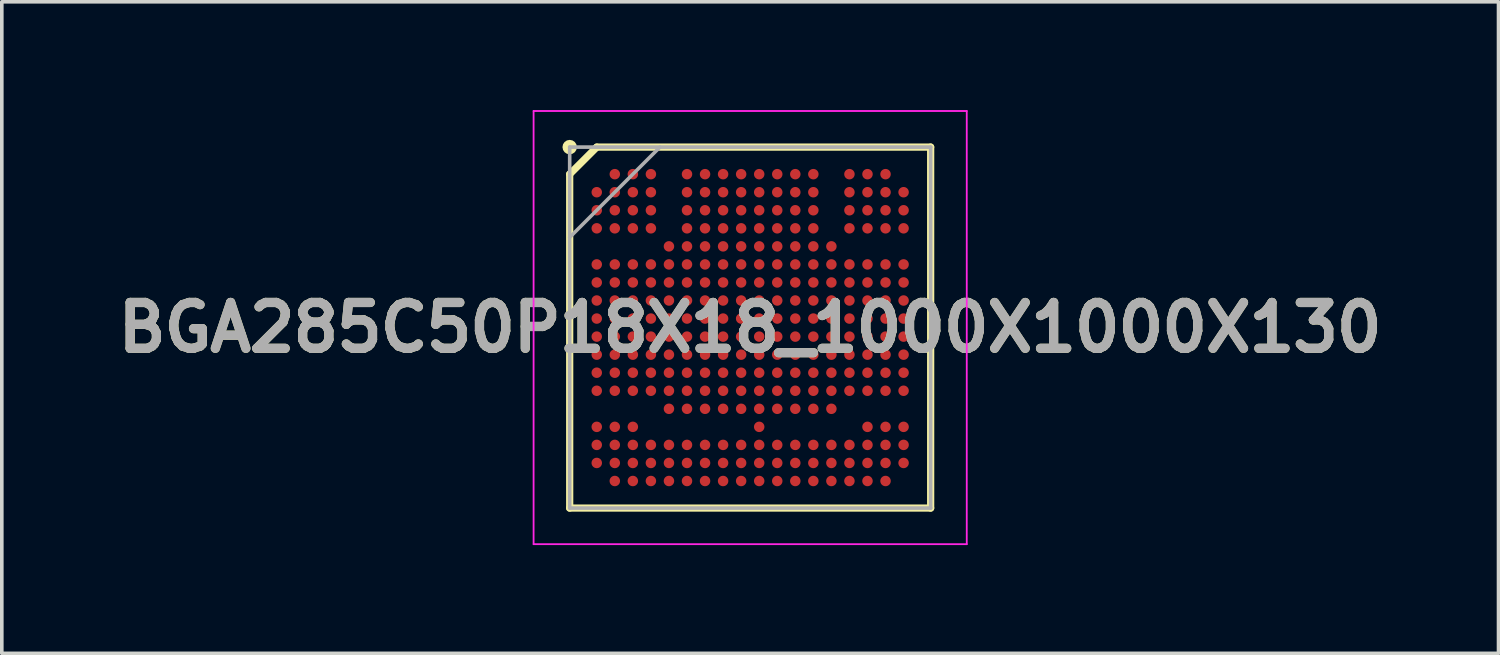
<source format=kicad_pcb>
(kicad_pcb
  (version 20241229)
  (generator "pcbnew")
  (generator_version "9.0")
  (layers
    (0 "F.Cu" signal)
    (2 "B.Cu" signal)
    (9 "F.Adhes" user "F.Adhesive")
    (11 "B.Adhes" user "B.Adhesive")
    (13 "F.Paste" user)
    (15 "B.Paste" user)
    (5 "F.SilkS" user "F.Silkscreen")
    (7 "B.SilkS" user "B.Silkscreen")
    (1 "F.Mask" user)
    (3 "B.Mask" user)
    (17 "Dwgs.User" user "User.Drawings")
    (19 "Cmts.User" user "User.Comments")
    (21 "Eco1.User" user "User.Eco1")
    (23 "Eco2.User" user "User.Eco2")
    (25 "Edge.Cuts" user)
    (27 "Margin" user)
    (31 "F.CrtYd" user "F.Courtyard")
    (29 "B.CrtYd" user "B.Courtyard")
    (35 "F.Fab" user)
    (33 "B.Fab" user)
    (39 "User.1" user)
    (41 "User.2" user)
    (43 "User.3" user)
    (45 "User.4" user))
  (footprint "BGA285C50P18X18_1000X1000X130"
    (layer "F.Cu")
    (at 17.732 6.025)
    (property "Reference" "BGA285C50P18X18_1000X1000X130" (at 0 0 0) (layer "F.SilkS") (effects (font (size 1.27 1.27) (thickness 0.254))))
    (attr smd)
    (fp_line (start -5 -4.25) (end -4.25 -5) (stroke (width 0.2) (type solid)) (layer "F.SilkS"))
    (fp_line (start -5 5) (end -5 -4.25) (stroke (width 0.2) (type solid)) (layer "F.SilkS"))
    (fp_line (start -4.25 -5) (end 5 -5) (stroke (width 0.2) (type solid)) (layer "F.SilkS"))
    (fp_line (start 5 -5) (end 5 5) (stroke (width 0.2) (type solid)) (layer "F.SilkS"))
    (fp_line (start 5 5) (end -5 5) (stroke (width 0.2) (type solid)) (layer "F.SilkS"))
    (fp_circle (center -5 -5) (end -5 -4.9) (stroke (width 0.2) (type solid)) (fill no) (layer "F.SilkS"))
    (fp_line (start -6 -6) (end 6 -6) (stroke (width 0.05) (type solid)) (layer "F.CrtYd"))
    (fp_line (start -6 6) (end -6 -6) (stroke (width 0.05) (type solid)) (layer "F.CrtYd"))
    (fp_line (start 6 -6) (end 6 6) (stroke (width 0.05) (type solid)) (layer "F.CrtYd"))
    (fp_line (start 6 6) (end -6 6) (stroke (width 0.05) (type solid)) (layer "F.CrtYd"))
    (fp_line (start -5 -5) (end 5 -5) (stroke (width 0.1) (type solid)) (layer "F.Fab"))
    (fp_line (start -5 -2.5) (end -2.5 -5) (stroke (width 0.1) (type solid)) (layer "F.Fab"))
    (fp_line (start -5 5) (end -5 -5) (stroke (width 0.1) (type solid)) (layer "F.Fab"))
    (fp_line (start 5 -5) (end 5 5) (stroke (width 0.1) (type solid)) (layer "F.Fab"))
    (fp_line (start 5 5) (end -5 5) (stroke (width 0.1) (type solid)) (layer "F.Fab"))
    (fp_text user "${REFERENCE}" (at 0 0 0) (layer "F.Fab") (effects (font (size 1.27 1.27) (thickness 0.254))))
    (pad "A2" smd circle (at -3.75 -4.25 90) (size 0.29 0.29) (layers "F.Cu" "F.Mask" "F.Paste"))
    (pad "A3" smd circle (at -3.25 -4.25 90) (size 0.29 0.29) (layers "F.Cu" "F.Mask" "F.Paste"))
    (pad "A4" smd circle (at -2.75 -4.25 90) (size 0.29 0.29) (layers "F.Cu" "F.Mask" "F.Paste"))
    (pad "A6" smd circle (at -1.75 -4.25 90) (size 0.29 0.29) (layers "F.Cu" "F.Mask" "F.Paste"))
    (pad "A7" smd circle (at -1.25 -4.25 90) (size 0.29 0.29) (layers "F.Cu" "F.Mask" "F.Paste"))
    (pad "A8" smd circle (at -0.75 -4.25 90) (size 0.29 0.29) (layers "F.Cu" "F.Mask" "F.Paste"))
    (pad "A9" smd circle (at -0.25 -4.25 90) (size 0.29 0.29) (layers "F.Cu" "F.Mask" "F.Paste"))
    (pad "A10" smd circle (at 0.25 -4.25 90) (size 0.29 0.29) (layers "F.Cu" "F.Mask" "F.Paste"))
    (pad "A11" smd circle (at 0.75 -4.25 90) (size 0.29 0.29) (layers "F.Cu" "F.Mask" "F.Paste"))
    (pad "A12" smd circle (at 1.25 -4.25 90) (size 0.29 0.29) (layers "F.Cu" "F.Mask" "F.Paste"))
    (pad "A13" smd circle (at 1.75 -4.25 90) (size 0.29 0.29) (layers "F.Cu" "F.Mask" "F.Paste"))
    (pad "A15" smd circle (at 2.75 -4.25 90) (size 0.29 0.29) (layers "F.Cu" "F.Mask" "F.Paste"))
    (pad "A16" smd circle (at 3.25 -4.25 90) (size 0.29 0.29) (layers "F.Cu" "F.Mask" "F.Paste"))
    (pad "A17" smd circle (at 3.75 -4.25 90) (size 0.29 0.29) (layers "F.Cu" "F.Mask" "F.Paste"))
    (pad "B1" smd circle (at -4.25 -3.75 90) (size 0.29 0.29) (layers "F.Cu" "F.Mask" "F.Paste"))
    (pad "B2" smd circle (at -3.75 -3.75 90) (size 0.29 0.29) (layers "F.Cu" "F.Mask" "F.Paste"))
    (pad "B3" smd circle (at -3.25 -3.75 90) (size 0.29 0.29) (layers "F.Cu" "F.Mask" "F.Paste"))
    (pad "B4" smd circle (at -2.75 -3.75 90) (size 0.29 0.29) (layers "F.Cu" "F.Mask" "F.Paste"))
    (pad "B6" smd circle (at -1.75 -3.75 90) (size 0.29 0.29) (layers "F.Cu" "F.Mask" "F.Paste"))
    (pad "B7" smd circle (at -1.25 -3.75 90) (size 0.29 0.29) (layers "F.Cu" "F.Mask" "F.Paste"))
    (pad "B8" smd circle (at -0.75 -3.75 90) (size 0.29 0.29) (layers "F.Cu" "F.Mask" "F.Paste"))
    (pad "B9" smd circle (at -0.25 -3.75 90) (size 0.29 0.29) (layers "F.Cu" "F.Mask" "F.Paste"))
    (pad "B10" smd circle (at 0.25 -3.75 90) (size 0.29 0.29) (layers "F.Cu" "F.Mask" "F.Paste"))
    (pad "B11" smd circle (at 0.75 -3.75 90) (size 0.29 0.29) (layers "F.Cu" "F.Mask" "F.Paste"))
    (pad "B12" smd circle (at 1.25 -3.75 90) (size 0.29 0.29) (layers "F.Cu" "F.Mask" "F.Paste"))
    (pad "B13" smd circle (at 1.75 -3.75 90) (size 0.29 0.29) (layers "F.Cu" "F.Mask" "F.Paste"))
    (pad "B15" smd circle (at 2.75 -3.75 90) (size 0.29 0.29) (layers "F.Cu" "F.Mask" "F.Paste"))
    (pad "B16" smd circle (at 3.25 -3.75 90) (size 0.29 0.29) (layers "F.Cu" "F.Mask" "F.Paste"))
    (pad "B17" smd circle (at 3.75 -3.75 90) (size 0.29 0.29) (layers "F.Cu" "F.Mask" "F.Paste"))
    (pad "B18" smd circle (at 4.25 -3.75 90) (size 0.29 0.29) (layers "F.Cu" "F.Mask" "F.Paste"))
    (pad "C1" smd circle (at -4.25 -3.25 90) (size 0.29 0.29) (layers "F.Cu" "F.Mask" "F.Paste"))
    (pad "C2" smd circle (at -3.75 -3.25 90) (size 0.29 0.29) (layers "F.Cu" "F.Mask" "F.Paste"))
    (pad "C3" smd circle (at -3.25 -3.25 90) (size 0.29 0.29) (layers "F.Cu" "F.Mask" "F.Paste"))
    (pad "C4" smd circle (at -2.75 -3.25 90) (size 0.29 0.29) (layers "F.Cu" "F.Mask" "F.Paste"))
    (pad "C6" smd circle (at -1.75 -3.25 90) (size 0.29 0.29) (layers "F.Cu" "F.Mask" "F.Paste"))
    (pad "C7" smd circle (at -1.25 -3.25 90) (size 0.29 0.29) (layers "F.Cu" "F.Mask" "F.Paste"))
    (pad "C8" smd circle (at -0.75 -3.25 90) (size 0.29 0.29) (layers "F.Cu" "F.Mask" "F.Paste"))
    (pad "C9" smd circle (at -0.25 -3.25 90) (size 0.29 0.29) (layers "F.Cu" "F.Mask" "F.Paste"))
    (pad "C10" smd circle (at 0.25 -3.25 90) (size 0.29 0.29) (layers "F.Cu" "F.Mask" "F.Paste"))
    (pad "C11" smd circle (at 0.75 -3.25 90) (size 0.29 0.29) (layers "F.Cu" "F.Mask" "F.Paste"))
    (pad "C12" smd circle (at 1.25 -3.25 90) (size 0.29 0.29) (layers "F.Cu" "F.Mask" "F.Paste"))
    (pad "C13" smd circle (at 1.75 -3.25 90) (size 0.29 0.29) (layers "F.Cu" "F.Mask" "F.Paste"))
    (pad "C15" smd circle (at 2.75 -3.25 90) (size 0.29 0.29) (layers "F.Cu" "F.Mask" "F.Paste"))
    (pad "C16" smd circle (at 3.25 -3.25 90) (size 0.29 0.29) (layers "F.Cu" "F.Mask" "F.Paste"))
    (pad "C17" smd circle (at 3.75 -3.25 90) (size 0.29 0.29) (layers "F.Cu" "F.Mask" "F.Paste"))
    (pad "C18" smd circle (at 4.25 -3.25 90) (size 0.29 0.29) (layers "F.Cu" "F.Mask" "F.Paste"))
    (pad "D1" smd circle (at -4.25 -2.75 90) (size 0.29 0.29) (layers "F.Cu" "F.Mask" "F.Paste"))
    (pad "D2" smd circle (at -3.75 -2.75 90) (size 0.29 0.29) (layers "F.Cu" "F.Mask" "F.Paste"))
    (pad "D3" smd circle (at -3.25 -2.75 90) (size 0.29 0.29) (layers "F.Cu" "F.Mask" "F.Paste"))
    (pad "D4" smd circle (at -2.75 -2.75 90) (size 0.29 0.29) (layers "F.Cu" "F.Mask" "F.Paste"))
    (pad "D6" smd circle (at -1.75 -2.75 90) (size 0.29 0.29) (layers "F.Cu" "F.Mask" "F.Paste"))
    (pad "D7" smd circle (at -1.25 -2.75 90) (size 0.29 0.29) (layers "F.Cu" "F.Mask" "F.Paste"))
    (pad "D8" smd circle (at -0.75 -2.75 90) (size 0.29 0.29) (layers "F.Cu" "F.Mask" "F.Paste"))
    (pad "D9" smd circle (at -0.25 -2.75 90) (size 0.29 0.29) (layers "F.Cu" "F.Mask" "F.Paste"))
    (pad "D10" smd circle (at 0.25 -2.75 90) (size 0.29 0.29) (layers "F.Cu" "F.Mask" "F.Paste"))
    (pad "D11" smd circle (at 0.75 -2.75 90) (size 0.29 0.29) (layers "F.Cu" "F.Mask" "F.Paste"))
    (pad "D12" smd circle (at 1.25 -2.75 90) (size 0.29 0.29) (layers "F.Cu" "F.Mask" "F.Paste"))
    (pad "D13" smd circle (at 1.75 -2.75 90) (size 0.29 0.29) (layers "F.Cu" "F.Mask" "F.Paste"))
    (pad "D15" smd circle (at 2.75 -2.75 90) (size 0.29 0.29) (layers "F.Cu" "F.Mask" "F.Paste"))
    (pad "D16" smd circle (at 3.25 -2.75 90) (size 0.29 0.29) (layers "F.Cu" "F.Mask" "F.Paste"))
    (pad "D17" smd circle (at 3.75 -2.75 90) (size 0.29 0.29) (layers "F.Cu" "F.Mask" "F.Paste"))
    (pad "D18" smd circle (at 4.25 -2.75 90) (size 0.29 0.29) (layers "F.Cu" "F.Mask" "F.Paste"))
    (pad "E5" smd circle (at -2.25 -2.25 90) (size 0.29 0.29) (layers "F.Cu" "F.Mask" "F.Paste"))
    (pad "E6" smd circle (at -1.75 -2.25 90) (size 0.29 0.29) (layers "F.Cu" "F.Mask" "F.Paste"))
    (pad "E7" smd circle (at -1.25 -2.25 90) (size 0.29 0.29) (layers "F.Cu" "F.Mask" "F.Paste"))
    (pad "E8" smd circle (at -0.75 -2.25 90) (size 0.29 0.29) (layers "F.Cu" "F.Mask" "F.Paste"))
    (pad "E9" smd circle (at -0.25 -2.25 90) (size 0.29 0.29) (layers "F.Cu" "F.Mask" "F.Paste"))
    (pad "E10" smd circle (at 0.25 -2.25 90) (size 0.29 0.29) (layers "F.Cu" "F.Mask" "F.Paste"))
    (pad "E11" smd circle (at 0.75 -2.25 90) (size 0.29 0.29) (layers "F.Cu" "F.Mask" "F.Paste"))
    (pad "E12" smd circle (at 1.25 -2.25 90) (size 0.29 0.29) (layers "F.Cu" "F.Mask" "F.Paste"))
    (pad "E13" smd circle (at 1.75 -2.25 90) (size 0.29 0.29) (layers "F.Cu" "F.Mask" "F.Paste"))
    (pad "E14" smd circle (at 2.25 -2.25 90) (size 0.29 0.29) (layers "F.Cu" "F.Mask" "F.Paste"))
    (pad "F1" smd circle (at -4.25 -1.75 90) (size 0.29 0.29) (layers "F.Cu" "F.Mask" "F.Paste"))
    (pad "F2" smd circle (at -3.75 -1.75 90) (size 0.29 0.29) (layers "F.Cu" "F.Mask" "F.Paste"))
    (pad "F3" smd circle (at -3.25 -1.75 90) (size 0.29 0.29) (layers "F.Cu" "F.Mask" "F.Paste"))
    (pad "F4" smd circle (at -2.75 -1.75 90) (size 0.29 0.29) (layers "F.Cu" "F.Mask" "F.Paste"))
    (pad "F5" smd circle (at -2.25 -1.75 90) (size 0.29 0.29) (layers "F.Cu" "F.Mask" "F.Paste"))
    (pad "F6" smd circle (at -1.75 -1.75 90) (size 0.29 0.29) (layers "F.Cu" "F.Mask" "F.Paste"))
    (pad "F7" smd circle (at -1.25 -1.75 90) (size 0.29 0.29) (layers "F.Cu" "F.Mask" "F.Paste"))
    (pad "F8" smd circle (at -0.75 -1.75 90) (size 0.29 0.29) (layers "F.Cu" "F.Mask" "F.Paste"))
    (pad "F9" smd circle (at -0.25 -1.75 90) (size 0.29 0.29) (layers "F.Cu" "F.Mask" "F.Paste"))
    (pad "F10" smd circle (at 0.25 -1.75 90) (size 0.29 0.29) (layers "F.Cu" "F.Mask" "F.Paste"))
    (pad "F11" smd circle (at 0.75 -1.75 90) (size 0.29 0.29) (layers "F.Cu" "F.Mask" "F.Paste"))
    (pad "F12" smd circle (at 1.25 -1.75 90) (size 0.29 0.29) (layers "F.Cu" "F.Mask" "F.Paste"))
    (pad "F13" smd circle (at 1.75 -1.75 90) (size 0.29 0.29) (layers "F.Cu" "F.Mask" "F.Paste"))
    (pad "F14" smd circle (at 2.25 -1.75 90) (size 0.29 0.29) (layers "F.Cu" "F.Mask" "F.Paste"))
    (pad "F15" smd circle (at 2.75 -1.75 90) (size 0.29 0.29) (layers "F.Cu" "F.Mask" "F.Paste"))
    (pad "F16" smd circle (at 3.25 -1.75 90) (size 0.29 0.29) (layers "F.Cu" "F.Mask" "F.Paste"))
    (pad "F17" smd circle (at 3.75 -1.75 90) (size 0.29 0.29) (layers "F.Cu" "F.Mask" "F.Paste"))
    (pad "F18" smd circle (at 4.25 -1.75 90) (size 0.29 0.29) (layers "F.Cu" "F.Mask" "F.Paste"))
    (pad "G1" smd circle (at -4.25 -1.25 90) (size 0.29 0.29) (layers "F.Cu" "F.Mask" "F.Paste"))
    (pad "G2" smd circle (at -3.75 -1.25 90) (size 0.29 0.29) (layers "F.Cu" "F.Mask" "F.Paste"))
    (pad "G3" smd circle (at -3.25 -1.25 90) (size 0.29 0.29) (layers "F.Cu" "F.Mask" "F.Paste"))
    (pad "G4" smd circle (at -2.75 -1.25 90) (size 0.29 0.29) (layers "F.Cu" "F.Mask" "F.Paste"))
    (pad "G5" smd circle (at -2.25 -1.25 90) (size 0.29 0.29) (layers "F.Cu" "F.Mask" "F.Paste"))
    (pad "G6" smd circle (at -1.75 -1.25 90) (size 0.29 0.29) (layers "F.Cu" "F.Mask" "F.Paste"))
    (pad "G7" smd circle (at -1.25 -1.25 90) (size 0.29 0.29) (layers "F.Cu" "F.Mask" "F.Paste"))
    (pad "G8" smd circle (at -0.75 -1.25 90) (size 0.29 0.29) (layers "F.Cu" "F.Mask" "F.Paste"))
    (pad "G9" smd circle (at -0.25 -1.25 90) (size 0.29 0.29) (layers "F.Cu" "F.Mask" "F.Paste"))
    (pad "G10" smd circle (at 0.25 -1.25 90) (size 0.29 0.29) (layers "F.Cu" "F.Mask" "F.Paste"))
    (pad "G11" smd circle (at 0.75 -1.25 90) (size 0.29 0.29) (layers "F.Cu" "F.Mask" "F.Paste"))
    (pad "G12" smd circle (at 1.25 -1.25 90) (size 0.29 0.29) (layers "F.Cu" "F.Mask" "F.Paste"))
    (pad "G13" smd circle (at 1.75 -1.25 90) (size 0.29 0.29) (layers "F.Cu" "F.Mask" "F.Paste"))
    (pad "G14" smd circle (at 2.25 -1.25 90) (size 0.29 0.29) (layers "F.Cu" "F.Mask" "F.Paste"))
    (pad "G15" smd circle (at 2.75 -1.25 90) (size 0.29 0.29) (layers "F.Cu" "F.Mask" "F.Paste"))
    (pad "G16" smd circle (at 3.25 -1.25 90) (size 0.29 0.29) (layers "F.Cu" "F.Mask" "F.Paste"))
    (pad "G17" smd circle (at 3.75 -1.25 90) (size 0.29 0.29) (layers "F.Cu" "F.Mask" "F.Paste"))
    (pad "G18" smd circle (at 4.25 -1.25 90) (size 0.29 0.29) (layers "F.Cu" "F.Mask" "F.Paste"))
    (pad "H1" smd circle (at -4.25 -0.75 90) (size 0.29 0.29) (layers "F.Cu" "F.Mask" "F.Paste"))
    (pad "H2" smd circle (at -3.75 -0.75 90) (size 0.29 0.29) (layers "F.Cu" "F.Mask" "F.Paste"))
    (pad "H3" smd circle (at -3.25 -0.75 90) (size 0.29 0.29) (layers "F.Cu" "F.Mask" "F.Paste"))
    (pad "H4" smd circle (at -2.75 -0.75 90) (size 0.29 0.29) (layers "F.Cu" "F.Mask" "F.Paste"))
    (pad "H5" smd circle (at -2.25 -0.75 90) (size 0.29 0.29) (layers "F.Cu" "F.Mask" "F.Paste"))
    (pad "H6" smd circle (at -1.75 -0.75 90) (size 0.29 0.29) (layers "F.Cu" "F.Mask" "F.Paste"))
    (pad "H7" smd circle (at -1.25 -0.75 90) (size 0.29 0.29) (layers "F.Cu" "F.Mask" "F.Paste"))
    (pad "H8" smd circle (at -0.75 -0.75 90) (size 0.29 0.29) (layers "F.Cu" "F.Mask" "F.Paste"))
    (pad "H9" smd circle (at -0.25 -0.75 90) (size 0.29 0.29) (layers "F.Cu" "F.Mask" "F.Paste"))
    (pad "H10" smd circle (at 0.25 -0.75 90) (size 0.29 0.29) (layers "F.Cu" "F.Mask" "F.Paste"))
    (pad "H11" smd circle (at 0.75 -0.75 90) (size 0.29 0.29) (layers "F.Cu" "F.Mask" "F.Paste"))
    (pad "H12" smd circle (at 1.25 -0.75 90) (size 0.29 0.29) (layers "F.Cu" "F.Mask" "F.Paste"))
    (pad "H13" smd circle (at 1.75 -0.75 90) (size 0.29 0.29) (layers "F.Cu" "F.Mask" "F.Paste"))
    (pad "H14" smd circle (at 2.25 -0.75 90) (size 0.29 0.29) (layers "F.Cu" "F.Mask" "F.Paste"))
    (pad "H15" smd circle (at 2.75 -0.75 90) (size 0.29 0.29) (layers "F.Cu" "F.Mask" "F.Paste"))
    (pad "H16" smd circle (at 3.25 -0.75 90) (size 0.29 0.29) (layers "F.Cu" "F.Mask" "F.Paste"))
    (pad "H17" smd circle (at 3.75 -0.75 90) (size 0.29 0.29) (layers "F.Cu" "F.Mask" "F.Paste"))
    (pad "H18" smd circle (at 4.25 -0.75 90) (size 0.29 0.29) (layers "F.Cu" "F.Mask" "F.Paste"))
    (pad "J1" smd circle (at -4.25 -0.25 90) (size 0.29 0.29) (layers "F.Cu" "F.Mask" "F.Paste"))
    (pad "J2" smd circle (at -3.75 -0.25 90) (size 0.29 0.29) (layers "F.Cu" "F.Mask" "F.Paste"))
    (pad "J3" smd circle (at -3.25 -0.25 90) (size 0.29 0.29) (layers "F.Cu" "F.Mask" "F.Paste"))
    (pad "J4" smd circle (at -2.75 -0.25 90) (size 0.29 0.29) (layers "F.Cu" "F.Mask" "F.Paste"))
    (pad "J5" smd circle (at -2.25 -0.25 90) (size 0.29 0.29) (layers "F.Cu" "F.Mask" "F.Paste"))
    (pad "J6" smd circle (at -1.75 -0.25 90) (size 0.29 0.29) (layers "F.Cu" "F.Mask" "F.Paste"))
    (pad "J7" smd circle (at -1.25 -0.25 90) (size 0.29 0.29) (layers "F.Cu" "F.Mask" "F.Paste"))
    (pad "J8" smd circle (at -0.75 -0.25 90) (size 0.29 0.29) (layers "F.Cu" "F.Mask" "F.Paste"))
    (pad "J9" smd circle (at -0.25 -0.25 90) (size 0.29 0.29) (layers "F.Cu" "F.Mask" "F.Paste"))
    (pad "J10" smd circle (at 0.25 -0.25 90) (size 0.29 0.29) (layers "F.Cu" "F.Mask" "F.Paste"))
    (pad "J11" smd circle (at 0.75 -0.25 90) (size 0.29 0.29) (layers "F.Cu" "F.Mask" "F.Paste"))
    (pad "J12" smd circle (at 1.25 -0.25 90) (size 0.29 0.29) (layers "F.Cu" "F.Mask" "F.Paste"))
    (pad "J13" smd circle (at 1.75 -0.25 90) (size 0.29 0.29) (layers "F.Cu" "F.Mask" "F.Paste"))
    (pad "J14" smd circle (at 2.25 -0.25 90) (size 0.29 0.29) (layers "F.Cu" "F.Mask" "F.Paste"))
    (pad "J15" smd circle (at 2.75 -0.25 90) (size 0.29 0.29) (layers "F.Cu" "F.Mask" "F.Paste"))
    (pad "J16" smd circle (at 3.25 -0.25 90) (size 0.29 0.29) (layers "F.Cu" "F.Mask" "F.Paste"))
    (pad "J17" smd circle (at 3.75 -0.25 90) (size 0.29 0.29) (layers "F.Cu" "F.Mask" "F.Paste"))
    (pad "J18" smd circle (at 4.25 -0.25 90) (size 0.29 0.29) (layers "F.Cu" "F.Mask" "F.Paste"))
    (pad "K1" smd circle (at -4.25 0.25 90) (size 0.29 0.29) (layers "F.Cu" "F.Mask" "F.Paste"))
    (pad "K2" smd circle (at -3.75 0.25 90) (size 0.29 0.29) (layers "F.Cu" "F.Mask" "F.Paste"))
    (pad "K3" smd circle (at -3.25 0.25 90) (size 0.29 0.29) (layers "F.Cu" "F.Mask" "F.Paste"))
    (pad "K4" smd circle (at -2.75 0.25 90) (size 0.29 0.29) (layers "F.Cu" "F.Mask" "F.Paste"))
    (pad "K5" smd circle (at -2.25 0.25 90) (size 0.29 0.29) (layers "F.Cu" "F.Mask" "F.Paste"))
    (pad "K6" smd circle (at -1.75 0.25 90) (size 0.29 0.29) (layers "F.Cu" "F.Mask" "F.Paste"))
    (pad "K7" smd circle (at -1.25 0.25 90) (size 0.29 0.29) (layers "F.Cu" "F.Mask" "F.Paste"))
    (pad "K8" smd circle (at -0.75 0.25 90) (size 0.29 0.29) (layers "F.Cu" "F.Mask" "F.Paste"))
    (pad "K9" smd circle (at -0.25 0.25 90) (size 0.29 0.29) (layers "F.Cu" "F.Mask" "F.Paste"))
    (pad "K10" smd circle (at 0.25 0.25 90) (size 0.29 0.29) (layers "F.Cu" "F.Mask" "F.Paste"))
    (pad "K11" smd circle (at 0.75 0.25 90) (size 0.29 0.29) (layers "F.Cu" "F.Mask" "F.Paste"))
    (pad "K12" smd circle (at 1.25 0.25 90) (size 0.29 0.29) (layers "F.Cu" "F.Mask" "F.Paste"))
    (pad "K13" smd circle (at 1.75 0.25 90) (size 0.29 0.29) (layers "F.Cu" "F.Mask" "F.Paste"))
    (pad "K14" smd circle (at 2.25 0.25 90) (size 0.29 0.29) (layers "F.Cu" "F.Mask" "F.Paste"))
    (pad "K15" smd circle (at 2.75 0.25 90) (size 0.29 0.29) (layers "F.Cu" "F.Mask" "F.Paste"))
    (pad "K16" smd circle (at 3.25 0.25 90) (size 0.29 0.29) (layers "F.Cu" "F.Mask" "F.Paste"))
    (pad "K17" smd circle (at 3.75 0.25 90) (size 0.29 0.29) (layers "F.Cu" "F.Mask" "F.Paste"))
    (pad "K18" smd circle (at 4.25 0.25 90) (size 0.29 0.29) (layers "F.Cu" "F.Mask" "F.Paste"))
    (pad "L1" smd circle (at -4.25 0.75 90) (size 0.29 0.29) (layers "F.Cu" "F.Mask" "F.Paste"))
    (pad "L2" smd circle (at -3.75 0.75 90) (size 0.29 0.29) (layers "F.Cu" "F.Mask" "F.Paste"))
    (pad "L3" smd circle (at -3.25 0.75 90) (size 0.29 0.29) (layers "F.Cu" "F.Mask" "F.Paste"))
    (pad "L4" smd circle (at -2.75 0.75 90) (size 0.29 0.29) (layers "F.Cu" "F.Mask" "F.Paste"))
    (pad "L5" smd circle (at -2.25 0.75 90) (size 0.29 0.29) (layers "F.Cu" "F.Mask" "F.Paste"))
    (pad "L6" smd circle (at -1.75 0.75 90) (size 0.29 0.29) (layers "F.Cu" "F.Mask" "F.Paste"))
    (pad "L7" smd circle (at -1.25 0.75 90) (size 0.29 0.29) (layers "F.Cu" "F.Mask" "F.Paste"))
    (pad "L8" smd circle (at -0.75 0.75 90) (size 0.29 0.29) (layers "F.Cu" "F.Mask" "F.Paste"))
    (pad "L9" smd circle (at -0.25 0.75 90) (size 0.29 0.29) (layers "F.Cu" "F.Mask" "F.Paste"))
    (pad "L10" smd circle (at 0.25 0.75 90) (size 0.29 0.29) (layers "F.Cu" "F.Mask" "F.Paste"))
    (pad "L11" smd circle (at 0.75 0.75 90) (size 0.29 0.29) (layers "F.Cu" "F.Mask" "F.Paste"))
    (pad "L12" smd circle (at 1.25 0.75 90) (size 0.29 0.29) (layers "F.Cu" "F.Mask" "F.Paste"))
    (pad "L13" smd circle (at 1.75 0.75 90) (size 0.29 0.29) (layers "F.Cu" "F.Mask" "F.Paste"))
    (pad "L14" smd circle (at 2.25 0.75 90) (size 0.29 0.29) (layers "F.Cu" "F.Mask" "F.Paste"))
    (pad "L15" smd circle (at 2.75 0.75 90) (size 0.29 0.29) (layers "F.Cu" "F.Mask" "F.Paste"))
    (pad "L16" smd circle (at 3.25 0.75 90) (size 0.29 0.29) (layers "F.Cu" "F.Mask" "F.Paste"))
    (pad "L17" smd circle (at 3.75 0.75 90) (size 0.29 0.29) (layers "F.Cu" "F.Mask" "F.Paste"))
    (pad "L18" smd circle (at 4.25 0.75 90) (size 0.29 0.29) (layers "F.Cu" "F.Mask" "F.Paste"))
    (pad "M1" smd circle (at -4.25 1.25 90) (size 0.29 0.29) (layers "F.Cu" "F.Mask" "F.Paste"))
    (pad "M2" smd circle (at -3.75 1.25 90) (size 0.29 0.29) (layers "F.Cu" "F.Mask" "F.Paste"))
    (pad "M3" smd circle (at -3.25 1.25 90) (size 0.29 0.29) (layers "F.Cu" "F.Mask" "F.Paste"))
    (pad "M4" smd circle (at -2.75 1.25 90) (size 0.29 0.29) (layers "F.Cu" "F.Mask" "F.Paste"))
    (pad "M5" smd circle (at -2.25 1.25 90) (size 0.29 0.29) (layers "F.Cu" "F.Mask" "F.Paste"))
    (pad "M6" smd circle (at -1.75 1.25 90) (size 0.29 0.29) (layers "F.Cu" "F.Mask" "F.Paste"))
    (pad "M7" smd circle (at -1.25 1.25 90) (size 0.29 0.29) (layers "F.Cu" "F.Mask" "F.Paste"))
    (pad "M8" smd circle (at -0.75 1.25 90) (size 0.29 0.29) (layers "F.Cu" "F.Mask" "F.Paste"))
    (pad "M9" smd circle (at -0.25 1.25 90) (size 0.29 0.29) (layers "F.Cu" "F.Mask" "F.Paste"))
    (pad "M10" smd circle (at 0.25 1.25 90) (size 0.29 0.29) (layers "F.Cu" "F.Mask" "F.Paste"))
    (pad "M11" smd circle (at 0.75 1.25 90) (size 0.29 0.29) (layers "F.Cu" "F.Mask" "F.Paste"))
    (pad "M12" smd circle (at 1.25 1.25 90) (size 0.29 0.29) (layers "F.Cu" "F.Mask" "F.Paste"))
    (pad "M13" smd circle (at 1.75 1.25 90) (size 0.29 0.29) (layers "F.Cu" "F.Mask" "F.Paste"))
    (pad "M14" smd circle (at 2.25 1.25 90) (size 0.29 0.29) (layers "F.Cu" "F.Mask" "F.Paste"))
    (pad "M15" smd circle (at 2.75 1.25 90) (size 0.29 0.29) (layers "F.Cu" "F.Mask" "F.Paste"))
    (pad "M16" smd circle (at 3.25 1.25 90) (size 0.29 0.29) (layers "F.Cu" "F.Mask" "F.Paste"))
    (pad "M17" smd circle (at 3.75 1.25 90) (size 0.29 0.29) (layers "F.Cu" "F.Mask" "F.Paste"))
    (pad "M18" smd circle (at 4.25 1.25 90) (size 0.29 0.29) (layers "F.Cu" "F.Mask" "F.Paste"))
    (pad "N1" smd circle (at -4.25 1.75 90) (size 0.29 0.29) (layers "F.Cu" "F.Mask" "F.Paste"))
    (pad "N2" smd circle (at -3.75 1.75 90) (size 0.29 0.29) (layers "F.Cu" "F.Mask" "F.Paste"))
    (pad "N3" smd circle (at -3.25 1.75 90) (size 0.29 0.29) (layers "F.Cu" "F.Mask" "F.Paste"))
    (pad "N4" smd circle (at -2.75 1.75 90) (size 0.29 0.29) (layers "F.Cu" "F.Mask" "F.Paste"))
    (pad "N5" smd circle (at -2.25 1.75 90) (size 0.29 0.29) (layers "F.Cu" "F.Mask" "F.Paste"))
    (pad "N6" smd circle (at -1.75 1.75 90) (size 0.29 0.29) (layers "F.Cu" "F.Mask" "F.Paste"))
    (pad "N7" smd circle (at -1.25 1.75 90) (size 0.29 0.29) (layers "F.Cu" "F.Mask" "F.Paste"))
    (pad "N8" smd circle (at -0.75 1.75 90) (size 0.29 0.29) (layers "F.Cu" "F.Mask" "F.Paste"))
    (pad "N9" smd circle (at -0.25 1.75 90) (size 0.29 0.29) (layers "F.Cu" "F.Mask" "F.Paste"))
    (pad "N10" smd circle (at 0.25 1.75 90) (size 0.29 0.29) (layers "F.Cu" "F.Mask" "F.Paste"))
    (pad "N11" smd circle (at 0.75 1.75 90) (size 0.29 0.29) (layers "F.Cu" "F.Mask" "F.Paste"))
    (pad "N12" smd circle (at 1.25 1.75 90) (size 0.29 0.29) (layers "F.Cu" "F.Mask" "F.Paste"))
    (pad "N13" smd circle (at 1.75 1.75 90) (size 0.29 0.29) (layers "F.Cu" "F.Mask" "F.Paste"))
    (pad "N14" smd circle (at 2.25 1.75 90) (size 0.29 0.29) (layers "F.Cu" "F.Mask" "F.Paste"))
    (pad "N15" smd circle (at 2.75 1.75 90) (size 0.29 0.29) (layers "F.Cu" "F.Mask" "F.Paste"))
    (pad "N16" smd circle (at 3.25 1.75 90) (size 0.29 0.29) (layers "F.Cu" "F.Mask" "F.Paste"))
    (pad "N17" smd circle (at 3.75 1.75 90) (size 0.29 0.29) (layers "F.Cu" "F.Mask" "F.Paste"))
    (pad "N18" smd circle (at 4.25 1.75 90) (size 0.29 0.29) (layers "F.Cu" "F.Mask" "F.Paste"))
    (pad "P5" smd circle (at -2.25 2.25 90) (size 0.29 0.29) (layers "F.Cu" "F.Mask" "F.Paste"))
    (pad "P6" smd circle (at -1.75 2.25 90) (size 0.29 0.29) (layers "F.Cu" "F.Mask" "F.Paste"))
    (pad "P7" smd circle (at -1.25 2.25 90) (size 0.29 0.29) (layers "F.Cu" "F.Mask" "F.Paste"))
    (pad "P8" smd circle (at -0.75 2.25 90) (size 0.29 0.29) (layers "F.Cu" "F.Mask" "F.Paste"))
    (pad "P9" smd circle (at -0.25 2.25 90) (size 0.29 0.29) (layers "F.Cu" "F.Mask" "F.Paste"))
    (pad "P10" smd circle (at 0.25 2.25 90) (size 0.29 0.29) (layers "F.Cu" "F.Mask" "F.Paste"))
    (pad "P11" smd circle (at 0.75 2.25 90) (size 0.29 0.29) (layers "F.Cu" "F.Mask" "F.Paste"))
    (pad "P12" smd circle (at 1.25 2.25 90) (size 0.29 0.29) (layers "F.Cu" "F.Mask" "F.Paste"))
    (pad "P13" smd circle (at 1.75 2.25 90) (size 0.29 0.29) (layers "F.Cu" "F.Mask" "F.Paste"))
    (pad "P14" smd circle (at 2.25 2.25 90) (size 0.29 0.29) (layers "F.Cu" "F.Mask" "F.Paste"))
    (pad "R1" smd circle (at -4.25 2.75 90) (size 0.29 0.29) (layers "F.Cu" "F.Mask" "F.Paste"))
    (pad "R2" smd circle (at -3.75 2.75 90) (size 0.29 0.29) (layers "F.Cu" "F.Mask" "F.Paste"))
    (pad "R3" smd circle (at -3.25 2.75 90) (size 0.29 0.29) (layers "F.Cu" "F.Mask" "F.Paste"))
    (pad "R10" smd circle (at 0.25 2.75 90) (size 0.29 0.29) (layers "F.Cu" "F.Mask" "F.Paste"))
    (pad "R16" smd circle (at 3.25 2.75 90) (size 0.29 0.29) (layers "F.Cu" "F.Mask" "F.Paste"))
    (pad "R17" smd circle (at 3.75 2.75 90) (size 0.29 0.29) (layers "F.Cu" "F.Mask" "F.Paste"))
    (pad "R18" smd circle (at 4.25 2.75 90) (size 0.29 0.29) (layers "F.Cu" "F.Mask" "F.Paste"))
    (pad "T1" smd circle (at -4.25 3.25 90) (size 0.29 0.29) (layers "F.Cu" "F.Mask" "F.Paste"))
    (pad "T2" smd circle (at -3.75 3.25 90) (size 0.29 0.29) (layers "F.Cu" "F.Mask" "F.Paste"))
    (pad "T3" smd circle (at -3.25 3.25 90) (size 0.29 0.29) (layers "F.Cu" "F.Mask" "F.Paste"))
    (pad "T4" smd circle (at -2.75 3.25 90) (size 0.29 0.29) (layers "F.Cu" "F.Mask" "F.Paste"))
    (pad "T5" smd circle (at -2.25 3.25 90) (size 0.29 0.29) (layers "F.Cu" "F.Mask" "F.Paste"))
    (pad "T6" smd circle (at -1.75 3.25 90) (size 0.29 0.29) (layers "F.Cu" "F.Mask" "F.Paste"))
    (pad "T7" smd circle (at -1.25 3.25 90) (size 0.29 0.29) (layers "F.Cu" "F.Mask" "F.Paste"))
    (pad "T8" smd circle (at -0.75 3.25 90) (size 0.29 0.29) (layers "F.Cu" "F.Mask" "F.Paste"))
    (pad "T9" smd circle (at -0.25 3.25 90) (size 0.29 0.29) (layers "F.Cu" "F.Mask" "F.Paste"))
    (pad "T10" smd circle (at 0.25 3.25 90) (size 0.29 0.29) (layers "F.Cu" "F.Mask" "F.Paste"))
    (pad "T11" smd circle (at 0.75 3.25 90) (size 0.29 0.29) (layers "F.Cu" "F.Mask" "F.Paste"))
    (pad "T12" smd circle (at 1.25 3.25 90) (size 0.29 0.29) (layers "F.Cu" "F.Mask" "F.Paste"))
    (pad "T13" smd circle (at 1.75 3.25 90) (size 0.29 0.29) (layers "F.Cu" "F.Mask" "F.Paste"))
    (pad "T14" smd circle (at 2.25 3.25 90) (size 0.29 0.29) (layers "F.Cu" "F.Mask" "F.Paste"))
    (pad "T15" smd circle (at 2.75 3.25 90) (size 0.29 0.29) (layers "F.Cu" "F.Mask" "F.Paste"))
    (pad "T16" smd circle (at 3.25 3.25 90) (size 0.29 0.29) (layers "F.Cu" "F.Mask" "F.Paste"))
    (pad "T17" smd circle (at 3.75 3.25 90) (size 0.29 0.29) (layers "F.Cu" "F.Mask" "F.Paste"))
    (pad "T18" smd circle (at 4.25 3.25 90) (size 0.29 0.29) (layers "F.Cu" "F.Mask" "F.Paste"))
    (pad "U1" smd circle (at -4.25 3.75 90) (size 0.29 0.29) (layers "F.Cu" "F.Mask" "F.Paste"))
    (pad "U2" smd circle (at -3.75 3.75 90) (size 0.29 0.29) (layers "F.Cu" "F.Mask" "F.Paste"))
    (pad "U3" smd circle (at -3.25 3.75 90) (size 0.29 0.29) (layers "F.Cu" "F.Mask" "F.Paste"))
    (pad "U4" smd circle (at -2.75 3.75 90) (size 0.29 0.29) (layers "F.Cu" "F.Mask" "F.Paste"))
    (pad "U5" smd circle (at -2.25 3.75 90) (size 0.29 0.29) (layers "F.Cu" "F.Mask" "F.Paste"))
    (pad "U6" smd circle (at -1.75 3.75 90) (size 0.29 0.29) (layers "F.Cu" "F.Mask" "F.Paste"))
    (pad "U7" smd circle (at -1.25 3.75 90) (size 0.29 0.29) (layers "F.Cu" "F.Mask" "F.Paste"))
    (pad "U8" smd circle (at -0.75 3.75 90) (size 0.29 0.29) (layers "F.Cu" "F.Mask" "F.Paste"))
    (pad "U9" smd circle (at -0.25 3.75 90) (size 0.29 0.29) (layers "F.Cu" "F.Mask" "F.Paste"))
    (pad "U10" smd circle (at 0.25 3.75 90) (size 0.29 0.29) (layers "F.Cu" "F.Mask" "F.Paste"))
    (pad "U11" smd circle (at 0.75 3.75 90) (size 0.29 0.29) (layers "F.Cu" "F.Mask" "F.Paste"))
    (pad "U12" smd circle (at 1.25 3.75 90) (size 0.29 0.29) (layers "F.Cu" "F.Mask" "F.Paste"))
    (pad "U13" smd circle (at 1.75 3.75 90) (size 0.29 0.29) (layers "F.Cu" "F.Mask" "F.Paste"))
    (pad "U14" smd circle (at 2.25 3.75 90) (size 0.29 0.29) (layers "F.Cu" "F.Mask" "F.Paste"))
    (pad "U15" smd circle (at 2.75 3.75 90) (size 0.29 0.29) (layers "F.Cu" "F.Mask" "F.Paste"))
    (pad "U16" smd circle (at 3.25 3.75 90) (size 0.29 0.29) (layers "F.Cu" "F.Mask" "F.Paste"))
    (pad "U17" smd circle (at 3.75 3.75 90) (size 0.29 0.29) (layers "F.Cu" "F.Mask" "F.Paste"))
    (pad "U18" smd circle (at 4.25 3.75 90) (size 0.29 0.29) (layers "F.Cu" "F.Mask" "F.Paste"))
    (pad "V2" smd circle (at -3.75 4.25 90) (size 0.29 0.29) (layers "F.Cu" "F.Mask" "F.Paste"))
    (pad "V3" smd circle (at -3.25 4.25 90) (size 0.29 0.29) (layers "F.Cu" "F.Mask" "F.Paste"))
    (pad "V4" smd circle (at -2.75 4.25 90) (size 0.29 0.29) (layers "F.Cu" "F.Mask" "F.Paste"))
    (pad "V5" smd circle (at -2.25 4.25 90) (size 0.29 0.29) (layers "F.Cu" "F.Mask" "F.Paste"))
    (pad "V6" smd circle (at -1.75 4.25 90) (size 0.29 0.29) (layers "F.Cu" "F.Mask" "F.Paste"))
    (pad "V7" smd circle (at -1.25 4.25 90) (size 0.29 0.29) (layers "F.Cu" "F.Mask" "F.Paste"))
    (pad "V8" smd circle (at -0.75 4.25 90) (size 0.29 0.29) (layers "F.Cu" "F.Mask" "F.Paste"))
    (pad "V9" smd circle (at -0.25 4.25 90) (size 0.29 0.29) (layers "F.Cu" "F.Mask" "F.Paste"))
    (pad "V10" smd circle (at 0.25 4.25 90) (size 0.29 0.29) (layers "F.Cu" "F.Mask" "F.Paste"))
    (pad "V11" smd circle (at 0.75 4.25 90) (size 0.29 0.29) (layers "F.Cu" "F.Mask" "F.Paste"))
    (pad "V12" smd circle (at 1.25 4.25 90) (size 0.29 0.29) (layers "F.Cu" "F.Mask" "F.Paste"))
    (pad "V13" smd circle (at 1.75 4.25 90) (size 0.29 0.29) (layers "F.Cu" "F.Mask" "F.Paste"))
    (pad "V14" smd circle (at 2.25 4.25 90) (size 0.29 0.29) (layers "F.Cu" "F.Mask" "F.Paste"))
    (pad "V15" smd circle (at 2.75 4.25 90) (size 0.29 0.29) (layers "F.Cu" "F.Mask" "F.Paste"))
    (pad "V16" smd circle (at 3.25 4.25 90) (size 0.29 0.29) (layers "F.Cu" "F.Mask" "F.Paste"))
    (pad "V17" smd circle (at 3.75 4.25 90) (size 0.29 0.29) (layers "F.Cu" "F.Mask" "F.Paste")))
  (gr_rect
    (start -3 -3)
    (end 38.463 15.05)
    (stroke (width 0.1) (type default))
    (fill no)
    (layer "Edge.Cuts")))
</source>
